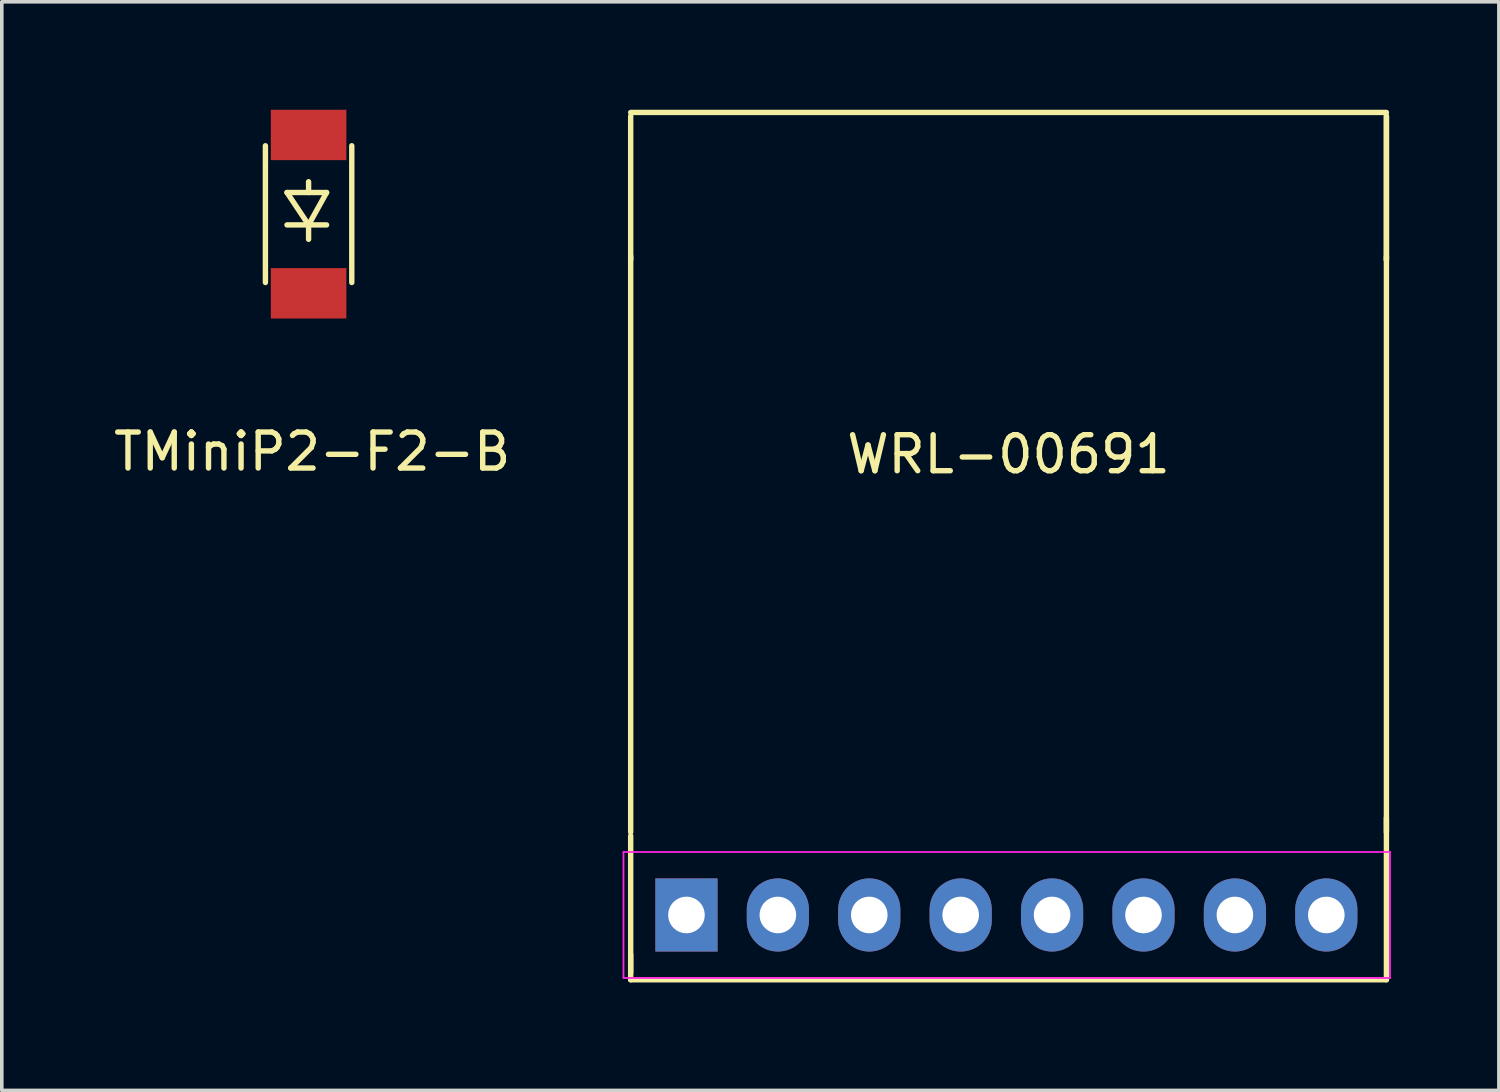
<source format=kicad_pcb>
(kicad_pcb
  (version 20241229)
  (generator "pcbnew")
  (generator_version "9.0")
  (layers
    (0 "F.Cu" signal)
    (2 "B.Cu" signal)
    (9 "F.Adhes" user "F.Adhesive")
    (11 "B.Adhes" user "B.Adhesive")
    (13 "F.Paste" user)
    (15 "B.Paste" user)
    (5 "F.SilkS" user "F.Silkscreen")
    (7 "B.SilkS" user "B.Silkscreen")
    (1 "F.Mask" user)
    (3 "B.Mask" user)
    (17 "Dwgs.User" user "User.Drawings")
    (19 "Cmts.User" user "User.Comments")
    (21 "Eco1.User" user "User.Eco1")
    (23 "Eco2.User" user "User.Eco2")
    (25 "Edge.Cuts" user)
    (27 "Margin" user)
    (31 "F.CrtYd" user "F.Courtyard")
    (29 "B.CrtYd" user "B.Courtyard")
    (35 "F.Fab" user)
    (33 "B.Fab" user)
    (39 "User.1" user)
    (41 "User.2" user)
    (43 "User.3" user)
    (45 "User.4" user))
  (footprint "WRL-00691"
    (layer "F.Cu")
    (at 24.975 12.175)
    (property "Reference" "WRL-00691" (at 0 -2.6 180) (layer "F.SilkS") (effects (font (size 1 1) (thickness 0.15))))
    (attr through_hole)
    (fp_line (start -10.5 -12.1) (end 10.5 -12.1) (stroke (width 0.15) (type solid)) (layer "F.SilkS"))
    (fp_line (start -10.5 -8) (end -10.5 -12) (stroke (width 0.15) (type solid)) (layer "F.SilkS"))
    (fp_line (start -10.5 7.9) (end -10.5 -8.1) (stroke (width 0.15) (type solid)) (layer "F.SilkS"))
    (fp_line (start -10.5 11.8) (end -10.5 11.3) (stroke (width 0.15) (type solid)) (layer "F.SilkS"))
    (fp_line (start -10.5 12) (end -10.5 8) (stroke (width 0.15) (type solid)) (layer "F.SilkS"))
    (fp_line (start 10.5 -12) (end 10.5 -8) (stroke (width 0.15) (type solid)) (layer "F.SilkS"))
    (fp_line (start 10.5 -8.1) (end 10.5 7.9) (stroke (width 0.15) (type solid)) (layer "F.SilkS"))
    (fp_line (start 10.5 -8) (end 10.5 -12) (stroke (width 0.15) (type solid)) (layer "F.SilkS"))
    (fp_line (start 10.5 12) (end -10.5 12) (stroke (width 0.15) (type solid)) (layer "F.SilkS"))
    (fp_line (start 10.5 12) (end 10.5 7.5) (stroke (width 0.15) (type solid)) (layer "F.SilkS"))
    (fp_line (start -10.7 8.45) (end 10.6 8.45) (stroke (width 0.05) (type solid)) (layer "F.CrtYd"))
    (fp_line (start -10.7 11.95) (end -10.7 8.45) (stroke (width 0.05) (type solid)) (layer "F.CrtYd"))
    (fp_line (start -10.7 11.95) (end 10.6 11.95) (stroke (width 0.05) (type solid)) (layer "F.CrtYd"))
    (fp_line (start 10.6 11.95) (end 10.6 8.45) (stroke (width 0.05) (type solid)) (layer "F.CrtYd"))
    (pad "1" thru_hole rect (at -8.95 10.2 90) (size 2.032 1.727) (drill 1.016) (layers "*.Cu" "*.Mask"))
    (pad "2" thru_hole oval (at -6.41 10.2 90) (size 2.032 1.727) (drill 1.016) (layers "*.Cu" "*.Mask"))
    (pad "3" thru_hole oval (at -3.87 10.2 90) (size 2.032 1.727) (drill 1.016) (layers "*.Cu" "*.Mask"))
    (pad "4" thru_hole oval (at -1.33 10.2 90) (size 2.032 1.727) (drill 1.016) (layers "*.Cu" "*.Mask"))
    (pad "5" thru_hole oval (at 1.21 10.2 90) (size 2.032 1.727) (drill 1.016) (layers "*.Cu" "*.Mask"))
    (pad "6" thru_hole oval (at 3.75 10.2 90) (size 2.032 1.727) (drill 1.016) (layers "*.Cu" "*.Mask"))
    (pad "7" thru_hole oval (at 6.29 10.2 90) (size 2.032 1.727) (drill 1.016) (layers "*.Cu" "*.Mask"))
    (pad "8" thru_hole oval (at 8.83 10.2 90) (size 2.032 1.727) (drill 1.016) (layers "*.Cu" "*.Mask")))
  (footprint "TMiniP2-F2-B"
    (layer "F.Cu")
    (at 5.525 2.9)
    (property "Reference" "TMiniP2-F2-B" (at 0.1 6.6 0) (layer "F.SilkS") (effects (font (size 1 1) (thickness 0.15))))
    (attr through_hole)
    (fp_line (start -1.2 -1.9) (end -1.2 1.9) (stroke (width 0.15) (type solid)) (layer "F.SilkS"))
    (fp_line (start -0.6 -0.6) (end 0.5 -0.6) (stroke (width 0.15) (type solid)) (layer "F.SilkS"))
    (fp_line (start -0.6 0.3) (end 0.5 0.3) (stroke (width 0.15) (type solid)) (layer "F.SilkS"))
    (fp_line (start 0 -0.6) (end 0 -0.9) (stroke (width 0.15) (type solid)) (layer "F.SilkS"))
    (fp_line (start 0 0.3) (end -0.6 -0.6) (stroke (width 0.15) (type solid)) (layer "F.SilkS"))
    (fp_line (start 0 0.3) (end 0 0.7) (stroke (width 0.15) (type solid)) (layer "F.SilkS"))
    (fp_line (start 0.5 -0.6) (end 0 0.3) (stroke (width 0.15) (type solid)) (layer "F.SilkS"))
    (fp_line (start 1.2 -1.9) (end 1.2 1.9) (stroke (width 0.15) (type solid)) (layer "F.SilkS"))
    (pad "1" smd rect (at 0 2.2) (size 2.1 1.4) (layers "F.Cu" "F.Mask" "F.Paste"))
    (pad "2" smd rect (at 0 -2.2) (size 2.1 1.4) (layers "F.Cu" "F.Mask" "F.Paste")))
  (gr_rect
    (start -3 -3)
    (end 38.6 27.25)
    (stroke (width 0.1) (type default))
    (fill no)
    (layer "Edge.Cuts")))
</source>
